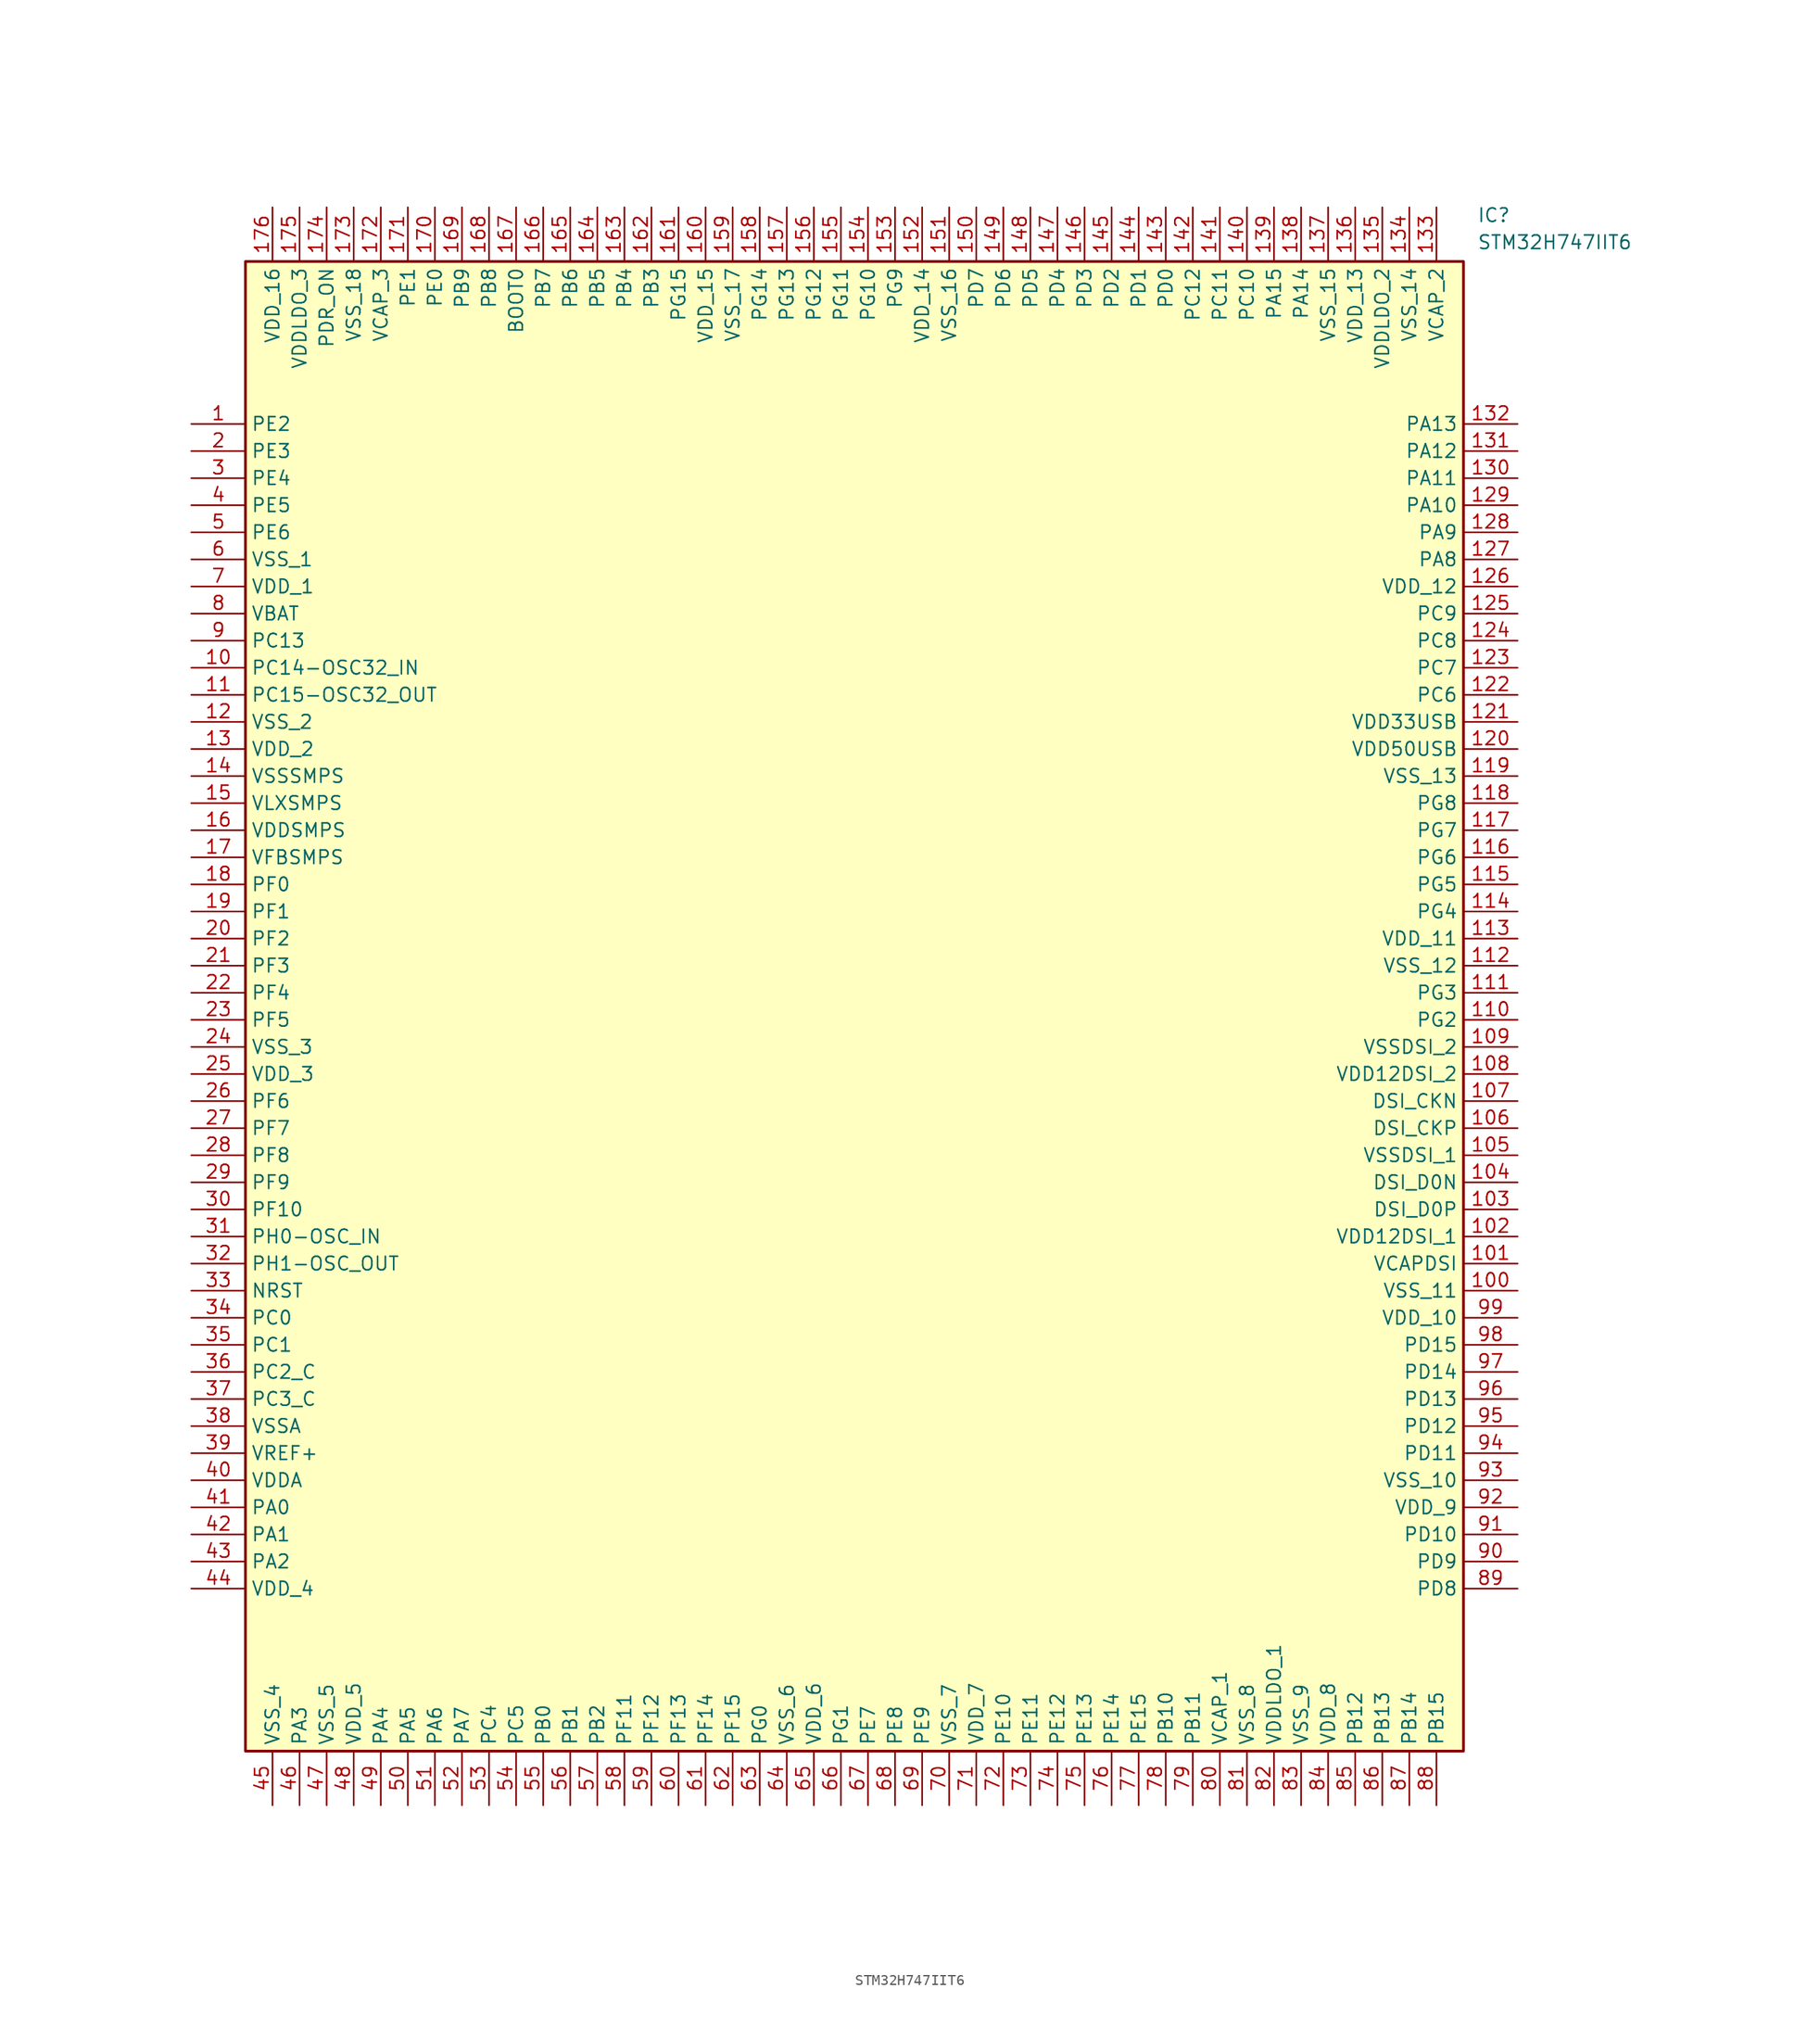
<source format=kicad_sym>
(kicad_symbol_lib
  (version 20211014)
  (generator SamacSys_ECAD_Model)
  (symbol "STM32H747IIT6"
    (property "Reference" "IC"
      (at 120.65 20.32 0)
      (effects (font (size 1.27 1.27)) (justify left top)))
    (property "Value" "STM32H747IIT6"
      (at 120.65 17.78 0)
      (effects (font (size 1.27 1.27)) (justify left top)))
    (rectangle
      (start 5.08 15.24)
      (end 119.38 -124.46)
      (stroke (width 0.254) (type default))
      (fill (type background)))
    (pin passive line
      (at 0 0 0)
      (length 5.08)
      (name "PE2" (effects (font (size 1.27 1.27))))
      (number "1" (effects (font (size 1.27 1.27)))))
    (pin passive line
      (at 0 -2.54 0)
      (length 5.08)
      (name "PE3" (effects (font (size 1.27 1.27))))
      (number "2" (effects (font (size 1.27 1.27)))))
    (pin passive line
      (at 0 -5.08 0)
      (length 5.08)
      (name "PE4" (effects (font (size 1.27 1.27))))
      (number "3" (effects (font (size 1.27 1.27)))))
    (pin passive line
      (at 0 -7.62 0)
      (length 5.08)
      (name "PE5" (effects (font (size 1.27 1.27))))
      (number "4" (effects (font (size 1.27 1.27)))))
    (pin passive line
      (at 0 -10.16 0)
      (length 5.08)
      (name "PE6" (effects (font (size 1.27 1.27))))
      (number "5" (effects (font (size 1.27 1.27)))))
    (pin passive line
      (at 0 -12.7 0)
      (length 5.08)
      (name "VSS_1" (effects (font (size 1.27 1.27))))
      (number "6" (effects (font (size 1.27 1.27)))))
    (pin passive line
      (at 0 -15.24 0)
      (length 5.08)
      (name "VDD_1" (effects (font (size 1.27 1.27))))
      (number "7" (effects (font (size 1.27 1.27)))))
    (pin passive line
      (at 0 -17.78 0)
      (length 5.08)
      (name "VBAT" (effects (font (size 1.27 1.27))))
      (number "8" (effects (font (size 1.27 1.27)))))
    (pin passive line
      (at 0 -20.32 0)
      (length 5.08)
      (name "PC13" (effects (font (size 1.27 1.27))))
      (number "9" (effects (font (size 1.27 1.27)))))
    (pin passive line
      (at 0 -22.86 0)
      (length 5.08)
      (name "PC14-OSC32_IN" (effects (font (size 1.27 1.27))))
      (number "10" (effects (font (size 1.27 1.27)))))
    (pin passive line
      (at 0 -25.4 0)
      (length 5.08)
      (name "PC15-OSC32_OUT" (effects (font (size 1.27 1.27))))
      (number "11" (effects (font (size 1.27 1.27)))))
    (pin passive line
      (at 0 -27.94 0)
      (length 5.08)
      (name "VSS_2" (effects (font (size 1.27 1.27))))
      (number "12" (effects (font (size 1.27 1.27)))))
    (pin passive line
      (at 0 -30.48 0)
      (length 5.08)
      (name "VDD_2" (effects (font (size 1.27 1.27))))
      (number "13" (effects (font (size 1.27 1.27)))))
    (pin passive line
      (at 0 -33.02 0)
      (length 5.08)
      (name "VSSSMPS" (effects (font (size 1.27 1.27))))
      (number "14" (effects (font (size 1.27 1.27)))))
    (pin passive line
      (at 0 -35.56 0)
      (length 5.08)
      (name "VLXSMPS" (effects (font (size 1.27 1.27))))
      (number "15" (effects (font (size 1.27 1.27)))))
    (pin passive line
      (at 0 -38.1 0)
      (length 5.08)
      (name "VDDSMPS" (effects (font (size 1.27 1.27))))
      (number "16" (effects (font (size 1.27 1.27)))))
    (pin passive line
      (at 0 -40.64 0)
      (length 5.08)
      (name "VFBSMPS" (effects (font (size 1.27 1.27))))
      (number "17" (effects (font (size 1.27 1.27)))))
    (pin passive line
      (at 0 -43.18 0)
      (length 5.08)
      (name "PF0" (effects (font (size 1.27 1.27))))
      (number "18" (effects (font (size 1.27 1.27)))))
    (pin passive line
      (at 0 -45.72 0)
      (length 5.08)
      (name "PF1" (effects (font (size 1.27 1.27))))
      (number "19" (effects (font (size 1.27 1.27)))))
    (pin passive line
      (at 0 -48.26 0)
      (length 5.08)
      (name "PF2" (effects (font (size 1.27 1.27))))
      (number "20" (effects (font (size 1.27 1.27)))))
    (pin passive line
      (at 0 -50.8 0)
      (length 5.08)
      (name "PF3" (effects (font (size 1.27 1.27))))
      (number "21" (effects (font (size 1.27 1.27)))))
    (pin passive line
      (at 0 -53.34 0)
      (length 5.08)
      (name "PF4" (effects (font (size 1.27 1.27))))
      (number "22" (effects (font (size 1.27 1.27)))))
    (pin passive line
      (at 0 -55.88 0)
      (length 5.08)
      (name "PF5" (effects (font (size 1.27 1.27))))
      (number "23" (effects (font (size 1.27 1.27)))))
    (pin passive line
      (at 0 -58.42 0)
      (length 5.08)
      (name "VSS_3" (effects (font (size 1.27 1.27))))
      (number "24" (effects (font (size 1.27 1.27)))))
    (pin passive line
      (at 0 -60.96 0)
      (length 5.08)
      (name "VDD_3" (effects (font (size 1.27 1.27))))
      (number "25" (effects (font (size 1.27 1.27)))))
    (pin passive line
      (at 0 -63.5 0)
      (length 5.08)
      (name "PF6" (effects (font (size 1.27 1.27))))
      (number "26" (effects (font (size 1.27 1.27)))))
    (pin passive line
      (at 0 -66.04 0)
      (length 5.08)
      (name "PF7" (effects (font (size 1.27 1.27))))
      (number "27" (effects (font (size 1.27 1.27)))))
    (pin passive line
      (at 0 -68.58 0)
      (length 5.08)
      (name "PF8" (effects (font (size 1.27 1.27))))
      (number "28" (effects (font (size 1.27 1.27)))))
    (pin passive line
      (at 0 -71.12 0)
      (length 5.08)
      (name "PF9" (effects (font (size 1.27 1.27))))
      (number "29" (effects (font (size 1.27 1.27)))))
    (pin passive line
      (at 0 -73.66 0)
      (length 5.08)
      (name "PF10" (effects (font (size 1.27 1.27))))
      (number "30" (effects (font (size 1.27 1.27)))))
    (pin passive line
      (at 0 -76.2 0)
      (length 5.08)
      (name "PH0-OSC_IN" (effects (font (size 1.27 1.27))))
      (number "31" (effects (font (size 1.27 1.27)))))
    (pin passive line
      (at 0 -78.74 0)
      (length 5.08)
      (name "PH1-OSC_OUT" (effects (font (size 1.27 1.27))))
      (number "32" (effects (font (size 1.27 1.27)))))
    (pin passive line
      (at 0 -81.28 0)
      (length 5.08)
      (name "NRST" (effects (font (size 1.27 1.27))))
      (number "33" (effects (font (size 1.27 1.27)))))
    (pin passive line
      (at 0 -83.82 0)
      (length 5.08)
      (name "PC0" (effects (font (size 1.27 1.27))))
      (number "34" (effects (font (size 1.27 1.27)))))
    (pin passive line
      (at 0 -86.36 0)
      (length 5.08)
      (name "PC1" (effects (font (size 1.27 1.27))))
      (number "35" (effects (font (size 1.27 1.27)))))
    (pin passive line
      (at 0 -88.9 0)
      (length 5.08)
      (name "PC2_C" (effects (font (size 1.27 1.27))))
      (number "36" (effects (font (size 1.27 1.27)))))
    (pin passive line
      (at 0 -91.44 0)
      (length 5.08)
      (name "PC3_C" (effects (font (size 1.27 1.27))))
      (number "37" (effects (font (size 1.27 1.27)))))
    (pin passive line
      (at 0 -93.98 0)
      (length 5.08)
      (name "VSSA" (effects (font (size 1.27 1.27))))
      (number "38" (effects (font (size 1.27 1.27)))))
    (pin passive line
      (at 0 -96.52 0)
      (length 5.08)
      (name "VREF+" (effects (font (size 1.27 1.27))))
      (number "39" (effects (font (size 1.27 1.27)))))
    (pin passive line
      (at 0 -99.06 0)
      (length 5.08)
      (name "VDDA" (effects (font (size 1.27 1.27))))
      (number "40" (effects (font (size 1.27 1.27)))))
    (pin passive line
      (at 0 -101.6 0)
      (length 5.08)
      (name "PA0" (effects (font (size 1.27 1.27))))
      (number "41" (effects (font (size 1.27 1.27)))))
    (pin passive line
      (at 0 -104.14 0)
      (length 5.08)
      (name "PA1" (effects (font (size 1.27 1.27))))
      (number "42" (effects (font (size 1.27 1.27)))))
    (pin passive line
      (at 0 -106.68 0)
      (length 5.08)
      (name "PA2" (effects (font (size 1.27 1.27))))
      (number "43" (effects (font (size 1.27 1.27)))))
    (pin passive line
      (at 0 -109.22 0)
      (length 5.08)
      (name "VDD_4" (effects (font (size 1.27 1.27))))
      (number "44" (effects (font (size 1.27 1.27)))))
    (pin passive line
      (at 7.62 -129.54 90)
      (length 5.08)
      (name "VSS_4" (effects (font (size 1.27 1.27))))
      (number "45" (effects (font (size 1.27 1.27)))))
    (pin passive line
      (at 10.16 -129.54 90)
      (length 5.08)
      (name "PA3" (effects (font (size 1.27 1.27))))
      (number "46" (effects (font (size 1.27 1.27)))))
    (pin passive line
      (at 12.7 -129.54 90)
      (length 5.08)
      (name "VSS_5" (effects (font (size 1.27 1.27))))
      (number "47" (effects (font (size 1.27 1.27)))))
    (pin passive line
      (at 15.24 -129.54 90)
      (length 5.08)
      (name "VDD_5" (effects (font (size 1.27 1.27))))
      (number "48" (effects (font (size 1.27 1.27)))))
    (pin passive line
      (at 17.78 -129.54 90)
      (length 5.08)
      (name "PA4" (effects (font (size 1.27 1.27))))
      (number "49" (effects (font (size 1.27 1.27)))))
    (pin passive line
      (at 20.32 -129.54 90)
      (length 5.08)
      (name "PA5" (effects (font (size 1.27 1.27))))
      (number "50" (effects (font (size 1.27 1.27)))))
    (pin passive line
      (at 22.86 -129.54 90)
      (length 5.08)
      (name "PA6" (effects (font (size 1.27 1.27))))
      (number "51" (effects (font (size 1.27 1.27)))))
    (pin passive line
      (at 25.4 -129.54 90)
      (length 5.08)
      (name "PA7" (effects (font (size 1.27 1.27))))
      (number "52" (effects (font (size 1.27 1.27)))))
    (pin passive line
      (at 27.94 -129.54 90)
      (length 5.08)
      (name "PC4" (effects (font (size 1.27 1.27))))
      (number "53" (effects (font (size 1.27 1.27)))))
    (pin passive line
      (at 30.48 -129.54 90)
      (length 5.08)
      (name "PC5" (effects (font (size 1.27 1.27))))
      (number "54" (effects (font (size 1.27 1.27)))))
    (pin passive line
      (at 33.02 -129.54 90)
      (length 5.08)
      (name "PB0" (effects (font (size 1.27 1.27))))
      (number "55" (effects (font (size 1.27 1.27)))))
    (pin passive line
      (at 35.56 -129.54 90)
      (length 5.08)
      (name "PB1" (effects (font (size 1.27 1.27))))
      (number "56" (effects (font (size 1.27 1.27)))))
    (pin passive line
      (at 38.1 -129.54 90)
      (length 5.08)
      (name "PB2" (effects (font (size 1.27 1.27))))
      (number "57" (effects (font (size 1.27 1.27)))))
    (pin passive line
      (at 40.64 -129.54 90)
      (length 5.08)
      (name "PF11" (effects (font (size 1.27 1.27))))
      (number "58" (effects (font (size 1.27 1.27)))))
    (pin passive line
      (at 43.18 -129.54 90)
      (length 5.08)
      (name "PF12" (effects (font (size 1.27 1.27))))
      (number "59" (effects (font (size 1.27 1.27)))))
    (pin passive line
      (at 45.72 -129.54 90)
      (length 5.08)
      (name "PF13" (effects (font (size 1.27 1.27))))
      (number "60" (effects (font (size 1.27 1.27)))))
    (pin passive line
      (at 48.26 -129.54 90)
      (length 5.08)
      (name "PF14" (effects (font (size 1.27 1.27))))
      (number "61" (effects (font (size 1.27 1.27)))))
    (pin passive line
      (at 50.8 -129.54 90)
      (length 5.08)
      (name "PF15" (effects (font (size 1.27 1.27))))
      (number "62" (effects (font (size 1.27 1.27)))))
    (pin passive line
      (at 53.34 -129.54 90)
      (length 5.08)
      (name "PG0" (effects (font (size 1.27 1.27))))
      (number "63" (effects (font (size 1.27 1.27)))))
    (pin passive line
      (at 55.88 -129.54 90)
      (length 5.08)
      (name "VSS_6" (effects (font (size 1.27 1.27))))
      (number "64" (effects (font (size 1.27 1.27)))))
    (pin passive line
      (at 58.42 -129.54 90)
      (length 5.08)
      (name "VDD_6" (effects (font (size 1.27 1.27))))
      (number "65" (effects (font (size 1.27 1.27)))))
    (pin passive line
      (at 60.96 -129.54 90)
      (length 5.08)
      (name "PG1" (effects (font (size 1.27 1.27))))
      (number "66" (effects (font (size 1.27 1.27)))))
    (pin passive line
      (at 63.5 -129.54 90)
      (length 5.08)
      (name "PE7" (effects (font (size 1.27 1.27))))
      (number "67" (effects (font (size 1.27 1.27)))))
    (pin passive line
      (at 66.04 -129.54 90)
      (length 5.08)
      (name "PE8" (effects (font (size 1.27 1.27))))
      (number "68" (effects (font (size 1.27 1.27)))))
    (pin passive line
      (at 68.58 -129.54 90)
      (length 5.08)
      (name "PE9" (effects (font (size 1.27 1.27))))
      (number "69" (effects (font (size 1.27 1.27)))))
    (pin passive line
      (at 71.12 -129.54 90)
      (length 5.08)
      (name "VSS_7" (effects (font (size 1.27 1.27))))
      (number "70" (effects (font (size 1.27 1.27)))))
    (pin passive line
      (at 73.66 -129.54 90)
      (length 5.08)
      (name "VDD_7" (effects (font (size 1.27 1.27))))
      (number "71" (effects (font (size 1.27 1.27)))))
    (pin passive line
      (at 76.2 -129.54 90)
      (length 5.08)
      (name "PE10" (effects (font (size 1.27 1.27))))
      (number "72" (effects (font (size 1.27 1.27)))))
    (pin passive line
      (at 78.74 -129.54 90)
      (length 5.08)
      (name "PE11" (effects (font (size 1.27 1.27))))
      (number "73" (effects (font (size 1.27 1.27)))))
    (pin passive line
      (at 81.28 -129.54 90)
      (length 5.08)
      (name "PE12" (effects (font (size 1.27 1.27))))
      (number "74" (effects (font (size 1.27 1.27)))))
    (pin passive line
      (at 83.82 -129.54 90)
      (length 5.08)
      (name "PE13" (effects (font (size 1.27 1.27))))
      (number "75" (effects (font (size 1.27 1.27)))))
    (pin passive line
      (at 86.36 -129.54 90)
      (length 5.08)
      (name "PE14" (effects (font (size 1.27 1.27))))
      (number "76" (effects (font (size 1.27 1.27)))))
    (pin passive line
      (at 88.9 -129.54 90)
      (length 5.08)
      (name "PE15" (effects (font (size 1.27 1.27))))
      (number "77" (effects (font (size 1.27 1.27)))))
    (pin passive line
      (at 91.44 -129.54 90)
      (length 5.08)
      (name "PB10" (effects (font (size 1.27 1.27))))
      (number "78" (effects (font (size 1.27 1.27)))))
    (pin passive line
      (at 93.98 -129.54 90)
      (length 5.08)
      (name "PB11" (effects (font (size 1.27 1.27))))
      (number "79" (effects (font (size 1.27 1.27)))))
    (pin passive line
      (at 96.52 -129.54 90)
      (length 5.08)
      (name "VCAP_1" (effects (font (size 1.27 1.27))))
      (number "80" (effects (font (size 1.27 1.27)))))
    (pin passive line
      (at 99.06 -129.54 90)
      (length 5.08)
      (name "VSS_8" (effects (font (size 1.27 1.27))))
      (number "81" (effects (font (size 1.27 1.27)))))
    (pin passive line
      (at 101.6 -129.54 90)
      (length 5.08)
      (name "VDDLDO_1" (effects (font (size 1.27 1.27))))
      (number "82" (effects (font (size 1.27 1.27)))))
    (pin passive line
      (at 104.14 -129.54 90)
      (length 5.08)
      (name "VSS_9" (effects (font (size 1.27 1.27))))
      (number "83" (effects (font (size 1.27 1.27)))))
    (pin passive line
      (at 106.68 -129.54 90)
      (length 5.08)
      (name "VDD_8" (effects (font (size 1.27 1.27))))
      (number "84" (effects (font (size 1.27 1.27)))))
    (pin passive line
      (at 109.22 -129.54 90)
      (length 5.08)
      (name "PB12" (effects (font (size 1.27 1.27))))
      (number "85" (effects (font (size 1.27 1.27)))))
    (pin passive line
      (at 111.76 -129.54 90)
      (length 5.08)
      (name "PB13" (effects (font (size 1.27 1.27))))
      (number "86" (effects (font (size 1.27 1.27)))))
    (pin passive line
      (at 114.3 -129.54 90)
      (length 5.08)
      (name "PB14" (effects (font (size 1.27 1.27))))
      (number "87" (effects (font (size 1.27 1.27)))))
    (pin passive line
      (at 116.84 -129.54 90)
      (length 5.08)
      (name "PB15" (effects (font (size 1.27 1.27))))
      (number "88" (effects (font (size 1.27 1.27)))))
    (pin passive line
      (at 124.46 0 180)
      (length 5.08)
      (name "PA13" (effects (font (size 1.27 1.27))))
      (number "132" (effects (font (size 1.27 1.27)))))
    (pin passive line
      (at 124.46 -2.54 180)
      (length 5.08)
      (name "PA12" (effects (font (size 1.27 1.27))))
      (number "131" (effects (font (size 1.27 1.27)))))
    (pin passive line
      (at 124.46 -5.08 180)
      (length 5.08)
      (name "PA11" (effects (font (size 1.27 1.27))))
      (number "130" (effects (font (size 1.27 1.27)))))
    (pin passive line
      (at 124.46 -7.62 180)
      (length 5.08)
      (name "PA10" (effects (font (size 1.27 1.27))))
      (number "129" (effects (font (size 1.27 1.27)))))
    (pin passive line
      (at 124.46 -10.16 180)
      (length 5.08)
      (name "PA9" (effects (font (size 1.27 1.27))))
      (number "128" (effects (font (size 1.27 1.27)))))
    (pin passive line
      (at 124.46 -12.7 180)
      (length 5.08)
      (name "PA8" (effects (font (size 1.27 1.27))))
      (number "127" (effects (font (size 1.27 1.27)))))
    (pin passive line
      (at 124.46 -15.24 180)
      (length 5.08)
      (name "VDD_12" (effects (font (size 1.27 1.27))))
      (number "126" (effects (font (size 1.27 1.27)))))
    (pin passive line
      (at 124.46 -17.78 180)
      (length 5.08)
      (name "PC9" (effects (font (size 1.27 1.27))))
      (number "125" (effects (font (size 1.27 1.27)))))
    (pin passive line
      (at 124.46 -20.32 180)
      (length 5.08)
      (name "PC8" (effects (font (size 1.27 1.27))))
      (number "124" (effects (font (size 1.27 1.27)))))
    (pin passive line
      (at 124.46 -22.86 180)
      (length 5.08)
      (name "PC7" (effects (font (size 1.27 1.27))))
      (number "123" (effects (font (size 1.27 1.27)))))
    (pin passive line
      (at 124.46 -25.4 180)
      (length 5.08)
      (name "PC6" (effects (font (size 1.27 1.27))))
      (number "122" (effects (font (size 1.27 1.27)))))
    (pin passive line
      (at 124.46 -27.94 180)
      (length 5.08)
      (name "VDD33USB" (effects (font (size 1.27 1.27))))
      (number "121" (effects (font (size 1.27 1.27)))))
    (pin passive line
      (at 124.46 -30.48 180)
      (length 5.08)
      (name "VDD50USB" (effects (font (size 1.27 1.27))))
      (number "120" (effects (font (size 1.27 1.27)))))
    (pin passive line
      (at 124.46 -33.02 180)
      (length 5.08)
      (name "VSS_13" (effects (font (size 1.27 1.27))))
      (number "119" (effects (font (size 1.27 1.27)))))
    (pin passive line
      (at 124.46 -35.56 180)
      (length 5.08)
      (name "PG8" (effects (font (size 1.27 1.27))))
      (number "118" (effects (font (size 1.27 1.27)))))
    (pin passive line
      (at 124.46 -38.1 180)
      (length 5.08)
      (name "PG7" (effects (font (size 1.27 1.27))))
      (number "117" (effects (font (size 1.27 1.27)))))
    (pin passive line
      (at 124.46 -40.64 180)
      (length 5.08)
      (name "PG6" (effects (font (size 1.27 1.27))))
      (number "116" (effects (font (size 1.27 1.27)))))
    (pin passive line
      (at 124.46 -43.18 180)
      (length 5.08)
      (name "PG5" (effects (font (size 1.27 1.27))))
      (number "115" (effects (font (size 1.27 1.27)))))
    (pin passive line
      (at 124.46 -45.72 180)
      (length 5.08)
      (name "PG4" (effects (font (size 1.27 1.27))))
      (number "114" (effects (font (size 1.27 1.27)))))
    (pin passive line
      (at 124.46 -48.26 180)
      (length 5.08)
      (name "VDD_11" (effects (font (size 1.27 1.27))))
      (number "113" (effects (font (size 1.27 1.27)))))
    (pin passive line
      (at 124.46 -50.8 180)
      (length 5.08)
      (name "VSS_12" (effects (font (size 1.27 1.27))))
      (number "112" (effects (font (size 1.27 1.27)))))
    (pin passive line
      (at 124.46 -53.34 180)
      (length 5.08)
      (name "PG3" (effects (font (size 1.27 1.27))))
      (number "111" (effects (font (size 1.27 1.27)))))
    (pin passive line
      (at 124.46 -55.88 180)
      (length 5.08)
      (name "PG2" (effects (font (size 1.27 1.27))))
      (number "110" (effects (font (size 1.27 1.27)))))
    (pin passive line
      (at 124.46 -58.42 180)
      (length 5.08)
      (name "VSSDSI_2" (effects (font (size 1.27 1.27))))
      (number "109" (effects (font (size 1.27 1.27)))))
    (pin passive line
      (at 124.46 -60.96 180)
      (length 5.08)
      (name "VDD12DSI_2" (effects (font (size 1.27 1.27))))
      (number "108" (effects (font (size 1.27 1.27)))))
    (pin passive line
      (at 124.46 -63.5 180)
      (length 5.08)
      (name "DSI_CKN" (effects (font (size 1.27 1.27))))
      (number "107" (effects (font (size 1.27 1.27)))))
    (pin passive line
      (at 124.46 -66.04 180)
      (length 5.08)
      (name "DSI_CKP" (effects (font (size 1.27 1.27))))
      (number "106" (effects (font (size 1.27 1.27)))))
    (pin passive line
      (at 124.46 -68.58 180)
      (length 5.08)
      (name "VSSDSI_1" (effects (font (size 1.27 1.27))))
      (number "105" (effects (font (size 1.27 1.27)))))
    (pin passive line
      (at 124.46 -71.12 180)
      (length 5.08)
      (name "DSI_D0N" (effects (font (size 1.27 1.27))))
      (number "104" (effects (font (size 1.27 1.27)))))
    (pin passive line
      (at 124.46 -73.66 180)
      (length 5.08)
      (name "DSI_D0P" (effects (font (size 1.27 1.27))))
      (number "103" (effects (font (size 1.27 1.27)))))
    (pin passive line
      (at 124.46 -76.2 180)
      (length 5.08)
      (name "VDD12DSI_1" (effects (font (size 1.27 1.27))))
      (number "102" (effects (font (size 1.27 1.27)))))
    (pin passive line
      (at 124.46 -78.74 180)
      (length 5.08)
      (name "VCAPDSI" (effects (font (size 1.27 1.27))))
      (number "101" (effects (font (size 1.27 1.27)))))
    (pin passive line
      (at 124.46 -81.28 180)
      (length 5.08)
      (name "VSS_11" (effects (font (size 1.27 1.27))))
      (number "100" (effects (font (size 1.27 1.27)))))
    (pin passive line
      (at 124.46 -83.82 180)
      (length 5.08)
      (name "VDD_10" (effects (font (size 1.27 1.27))))
      (number "99" (effects (font (size 1.27 1.27)))))
    (pin passive line
      (at 124.46 -86.36 180)
      (length 5.08)
      (name "PD15" (effects (font (size 1.27 1.27))))
      (number "98" (effects (font (size 1.27 1.27)))))
    (pin passive line
      (at 124.46 -88.9 180)
      (length 5.08)
      (name "PD14" (effects (font (size 1.27 1.27))))
      (number "97" (effects (font (size 1.27 1.27)))))
    (pin passive line
      (at 124.46 -91.44 180)
      (length 5.08)
      (name "PD13" (effects (font (size 1.27 1.27))))
      (number "96" (effects (font (size 1.27 1.27)))))
    (pin passive line
      (at 124.46 -93.98 180)
      (length 5.08)
      (name "PD12" (effects (font (size 1.27 1.27))))
      (number "95" (effects (font (size 1.27 1.27)))))
    (pin passive line
      (at 124.46 -96.52 180)
      (length 5.08)
      (name "PD11" (effects (font (size 1.27 1.27))))
      (number "94" (effects (font (size 1.27 1.27)))))
    (pin passive line
      (at 124.46 -99.06 180)
      (length 5.08)
      (name "VSS_10" (effects (font (size 1.27 1.27))))
      (number "93" (effects (font (size 1.27 1.27)))))
    (pin passive line
      (at 124.46 -101.6 180)
      (length 5.08)
      (name "VDD_9" (effects (font (size 1.27 1.27))))
      (number "92" (effects (font (size 1.27 1.27)))))
    (pin passive line
      (at 124.46 -104.14 180)
      (length 5.08)
      (name "PD10" (effects (font (size 1.27 1.27))))
      (number "91" (effects (font (size 1.27 1.27)))))
    (pin passive line
      (at 124.46 -106.68 180)
      (length 5.08)
      (name "PD9" (effects (font (size 1.27 1.27))))
      (number "90" (effects (font (size 1.27 1.27)))))
    (pin passive line
      (at 124.46 -109.22 180)
      (length 5.08)
      (name "PD8" (effects (font (size 1.27 1.27))))
      (number "89" (effects (font (size 1.27 1.27)))))
    (pin passive line
      (at 7.62 20.32 270)
      (length 5.08)
      (name "VDD_16" (effects (font (size 1.27 1.27))))
      (number "176" (effects (font (size 1.27 1.27)))))
    (pin passive line
      (at 10.16 20.32 270)
      (length 5.08)
      (name "VDDLDO_3" (effects (font (size 1.27 1.27))))
      (number "175" (effects (font (size 1.27 1.27)))))
    (pin passive line
      (at 12.7 20.32 270)
      (length 5.08)
      (name "PDR_ON" (effects (font (size 1.27 1.27))))
      (number "174" (effects (font (size 1.27 1.27)))))
    (pin passive line
      (at 15.24 20.32 270)
      (length 5.08)
      (name "VSS_18" (effects (font (size 1.27 1.27))))
      (number "173" (effects (font (size 1.27 1.27)))))
    (pin passive line
      (at 17.78 20.32 270)
      (length 5.08)
      (name "VCAP_3" (effects (font (size 1.27 1.27))))
      (number "172" (effects (font (size 1.27 1.27)))))
    (pin passive line
      (at 20.32 20.32 270)
      (length 5.08)
      (name "PE1" (effects (font (size 1.27 1.27))))
      (number "171" (effects (font (size 1.27 1.27)))))
    (pin passive line
      (at 22.86 20.32 270)
      (length 5.08)
      (name "PE0" (effects (font (size 1.27 1.27))))
      (number "170" (effects (font (size 1.27 1.27)))))
    (pin passive line
      (at 25.4 20.32 270)
      (length 5.08)
      (name "PB9" (effects (font (size 1.27 1.27))))
      (number "169" (effects (font (size 1.27 1.27)))))
    (pin passive line
      (at 27.94 20.32 270)
      (length 5.08)
      (name "PB8" (effects (font (size 1.27 1.27))))
      (number "168" (effects (font (size 1.27 1.27)))))
    (pin passive line
      (at 30.48 20.32 270)
      (length 5.08)
      (name "BOOT0" (effects (font (size 1.27 1.27))))
      (number "167" (effects (font (size 1.27 1.27)))))
    (pin passive line
      (at 33.02 20.32 270)
      (length 5.08)
      (name "PB7" (effects (font (size 1.27 1.27))))
      (number "166" (effects (font (size 1.27 1.27)))))
    (pin passive line
      (at 35.56 20.32 270)
      (length 5.08)
      (name "PB6" (effects (font (size 1.27 1.27))))
      (number "165" (effects (font (size 1.27 1.27)))))
    (pin passive line
      (at 38.1 20.32 270)
      (length 5.08)
      (name "PB5" (effects (font (size 1.27 1.27))))
      (number "164" (effects (font (size 1.27 1.27)))))
    (pin passive line
      (at 40.64 20.32 270)
      (length 5.08)
      (name "PB4" (effects (font (size 1.27 1.27))))
      (number "163" (effects (font (size 1.27 1.27)))))
    (pin passive line
      (at 43.18 20.32 270)
      (length 5.08)
      (name "PB3" (effects (font (size 1.27 1.27))))
      (number "162" (effects (font (size 1.27 1.27)))))
    (pin passive line
      (at 45.72 20.32 270)
      (length 5.08)
      (name "PG15" (effects (font (size 1.27 1.27))))
      (number "161" (effects (font (size 1.27 1.27)))))
    (pin passive line
      (at 48.26 20.32 270)
      (length 5.08)
      (name "VDD_15" (effects (font (size 1.27 1.27))))
      (number "160" (effects (font (size 1.27 1.27)))))
    (pin passive line
      (at 50.8 20.32 270)
      (length 5.08)
      (name "VSS_17" (effects (font (size 1.27 1.27))))
      (number "159" (effects (font (size 1.27 1.27)))))
    (pin passive line
      (at 53.34 20.32 270)
      (length 5.08)
      (name "PG14" (effects (font (size 1.27 1.27))))
      (number "158" (effects (font (size 1.27 1.27)))))
    (pin passive line
      (at 55.88 20.32 270)
      (length 5.08)
      (name "PG13" (effects (font (size 1.27 1.27))))
      (number "157" (effects (font (size 1.27 1.27)))))
    (pin passive line
      (at 58.42 20.32 270)
      (length 5.08)
      (name "PG12" (effects (font (size 1.27 1.27))))
      (number "156" (effects (font (size 1.27 1.27)))))
    (pin passive line
      (at 60.96 20.32 270)
      (length 5.08)
      (name "PG11" (effects (font (size 1.27 1.27))))
      (number "155" (effects (font (size 1.27 1.27)))))
    (pin passive line
      (at 63.5 20.32 270)
      (length 5.08)
      (name "PG10" (effects (font (size 1.27 1.27))))
      (number "154" (effects (font (size 1.27 1.27)))))
    (pin passive line
      (at 66.04 20.32 270)
      (length 5.08)
      (name "PG9" (effects (font (size 1.27 1.27))))
      (number "153" (effects (font (size 1.27 1.27)))))
    (pin passive line
      (at 68.58 20.32 270)
      (length 5.08)
      (name "VDD_14" (effects (font (size 1.27 1.27))))
      (number "152" (effects (font (size 1.27 1.27)))))
    (pin passive line
      (at 71.12 20.32 270)
      (length 5.08)
      (name "VSS_16" (effects (font (size 1.27 1.27))))
      (number "151" (effects (font (size 1.27 1.27)))))
    (pin passive line
      (at 73.66 20.32 270)
      (length 5.08)
      (name "PD7" (effects (font (size 1.27 1.27))))
      (number "150" (effects (font (size 1.27 1.27)))))
    (pin passive line
      (at 76.2 20.32 270)
      (length 5.08)
      (name "PD6" (effects (font (size 1.27 1.27))))
      (number "149" (effects (font (size 1.27 1.27)))))
    (pin passive line
      (at 78.74 20.32 270)
      (length 5.08)
      (name "PD5" (effects (font (size 1.27 1.27))))
      (number "148" (effects (font (size 1.27 1.27)))))
    (pin passive line
      (at 81.28 20.32 270)
      (length 5.08)
      (name "PD4" (effects (font (size 1.27 1.27))))
      (number "147" (effects (font (size 1.27 1.27)))))
    (pin passive line
      (at 83.82 20.32 270)
      (length 5.08)
      (name "PD3" (effects (font (size 1.27 1.27))))
      (number "146" (effects (font (size 1.27 1.27)))))
    (pin passive line
      (at 86.36 20.32 270)
      (length 5.08)
      (name "PD2" (effects (font (size 1.27 1.27))))
      (number "145" (effects (font (size 1.27 1.27)))))
    (pin passive line
      (at 88.9 20.32 270)
      (length 5.08)
      (name "PD1" (effects (font (size 1.27 1.27))))
      (number "144" (effects (font (size 1.27 1.27)))))
    (pin passive line
      (at 91.44 20.32 270)
      (length 5.08)
      (name "PD0" (effects (font (size 1.27 1.27))))
      (number "143" (effects (font (size 1.27 1.27)))))
    (pin passive line
      (at 93.98 20.32 270)
      (length 5.08)
      (name "PC12" (effects (font (size 1.27 1.27))))
      (number "142" (effects (font (size 1.27 1.27)))))
    (pin passive line
      (at 96.52 20.32 270)
      (length 5.08)
      (name "PC11" (effects (font (size 1.27 1.27))))
      (number "141" (effects (font (size 1.27 1.27)))))
    (pin passive line
      (at 99.06 20.32 270)
      (length 5.08)
      (name "PC10" (effects (font (size 1.27 1.27))))
      (number "140" (effects (font (size 1.27 1.27)))))
    (pin passive line
      (at 101.6 20.32 270)
      (length 5.08)
      (name "PA15" (effects (font (size 1.27 1.27))))
      (number "139" (effects (font (size 1.27 1.27)))))
    (pin passive line
      (at 104.14 20.32 270)
      (length 5.08)
      (name "PA14" (effects (font (size 1.27 1.27))))
      (number "138" (effects (font (size 1.27 1.27)))))
    (pin passive line
      (at 106.68 20.32 270)
      (length 5.08)
      (name "VSS_15" (effects (font (size 1.27 1.27))))
      (number "137" (effects (font (size 1.27 1.27)))))
    (pin passive line
      (at 109.22 20.32 270)
      (length 5.08)
      (name "VDD_13" (effects (font (size 1.27 1.27))))
      (number "136" (effects (font (size 1.27 1.27)))))
    (pin passive line
      (at 111.76 20.32 270)
      (length 5.08)
      (name "VDDLDO_2" (effects (font (size 1.27 1.27))))
      (number "135" (effects (font (size 1.27 1.27)))))
    (pin passive line
      (at 114.3 20.32 270)
      (length 5.08)
      (name "VSS_14" (effects (font (size 1.27 1.27))))
      (number "134" (effects (font (size 1.27 1.27)))))
    (pin passive line
      (at 116.84 20.32 270)
      (length 5.08)
      (name "VCAP_2" (effects (font (size 1.27 1.27))))
      (number "133" (effects (font (size 1.27 1.27)))))))
</source>
